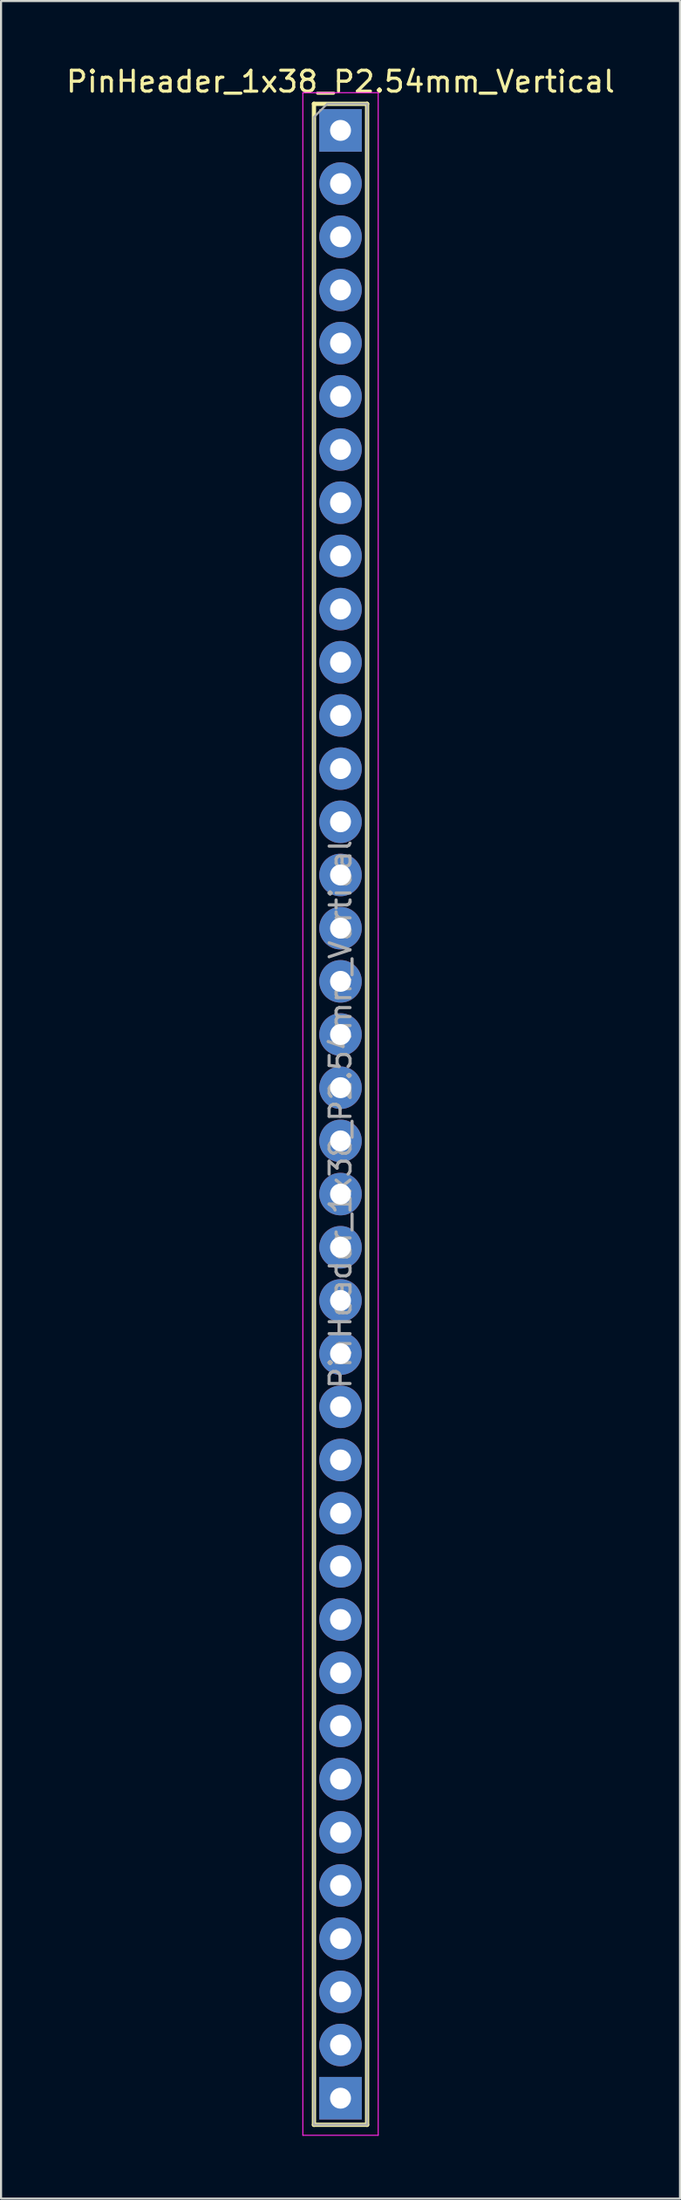
<source format=kicad_pcb>
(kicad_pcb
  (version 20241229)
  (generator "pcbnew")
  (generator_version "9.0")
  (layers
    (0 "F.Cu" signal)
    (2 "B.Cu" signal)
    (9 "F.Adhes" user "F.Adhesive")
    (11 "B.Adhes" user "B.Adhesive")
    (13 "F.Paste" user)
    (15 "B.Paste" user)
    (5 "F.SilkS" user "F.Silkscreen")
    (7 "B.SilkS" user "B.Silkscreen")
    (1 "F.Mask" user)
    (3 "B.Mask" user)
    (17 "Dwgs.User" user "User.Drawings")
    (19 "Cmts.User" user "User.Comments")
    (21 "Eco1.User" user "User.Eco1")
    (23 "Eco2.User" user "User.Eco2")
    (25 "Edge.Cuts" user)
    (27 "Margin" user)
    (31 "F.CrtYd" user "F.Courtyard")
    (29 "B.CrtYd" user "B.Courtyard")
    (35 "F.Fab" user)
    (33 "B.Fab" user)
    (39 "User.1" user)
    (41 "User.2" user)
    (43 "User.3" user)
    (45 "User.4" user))
  (footprint "PinHeader_1x38_P2.54mm_Vertical"
    (layer "F.Cu")
    (at 13.22 3.178)
    (property "Reference" "PinHeader_1x38_P2.54mm_Vertical" (at 0 -2.33 0) (layer "F.SilkS") (effects (font (size 1 1) (thickness 0.15))))
    (attr through_hole)
    (fp_line (start -1.27 -1.27) (end 1.27 -1.27) (stroke (width 0.203) (type solid)) (layer "F.SilkS"))
    (fp_line (start -1.27 95.25) (end -1.27 -1.27) (stroke (width 0.203) (type solid)) (layer "F.SilkS"))
    (fp_line (start -1.27 95.25) (end 1.27 95.25) (stroke (width 0.203) (type solid)) (layer "F.SilkS"))
    (fp_line (start 1.27 -1.27) (end 1.27 95.25) (stroke (width 0.203) (type solid)) (layer "F.SilkS"))
    (fp_line (start -1.8 -1.8) (end -1.8 95.75) (stroke (width 0.05) (type solid)) (layer "F.CrtYd"))
    (fp_line (start -1.8 95.75) (end 1.8 95.75) (stroke (width 0.05) (type solid)) (layer "F.CrtYd"))
    (fp_line (start 1.8 -1.8) (end -1.8 -1.8) (stroke (width 0.05) (type solid)) (layer "F.CrtYd"))
    (fp_line (start 1.8 95.75) (end 1.8 -1.8) (stroke (width 0.05) (type solid)) (layer "F.CrtYd"))
    (fp_line (start -1.27 -0.635) (end -0.635 -1.27) (stroke (width 0.1) (type solid)) (layer "F.Fab"))
    (fp_line (start -1.27 95.25) (end -1.27 -0.635) (stroke (width 0.1) (type solid)) (layer "F.Fab"))
    (fp_line (start -0.635 -1.27) (end 1.27 -1.27) (stroke (width 0.1) (type solid)) (layer "F.Fab"))
    (fp_line (start 1.27 -1.27) (end 1.27 95.25) (stroke (width 0.1) (type solid)) (layer "F.Fab"))
    (fp_line (start 1.27 95.25) (end -1.27 95.25) (stroke (width 0.1) (type solid)) (layer "F.Fab"))
    (fp_text user "${REFERENCE}" (at 0 46.99 90) (layer "F.Fab") (effects (font (size 1 1) (thickness 0.15))))
    (pad "1" thru_hole rect (at 0 0) (size 2.032 2.032) (drill 1) (layers "*.Cu" "*.Mask"))
    (pad "2" thru_hole oval (at 0 2.54) (size 2.032 2.032) (drill 1) (layers "*.Cu" "*.Mask"))
    (pad "3" thru_hole oval (at 0 5.08) (size 2.032 2.032) (drill 1) (layers "*.Cu" "*.Mask"))
    (pad "4" thru_hole oval (at 0 7.62) (size 2.032 2.032) (drill 1) (layers "*.Cu" "*.Mask"))
    (pad "5" thru_hole oval (at 0 10.16) (size 2.032 2.032) (drill 1) (layers "*.Cu" "*.Mask"))
    (pad "6" thru_hole oval (at 0 12.7) (size 2.032 2.032) (drill 1) (layers "*.Cu" "*.Mask"))
    (pad "7" thru_hole oval (at 0 15.24) (size 2.032 2.032) (drill 1) (layers "*.Cu" "*.Mask"))
    (pad "8" thru_hole oval (at 0 17.78) (size 2.032 2.032) (drill 1) (layers "*.Cu" "*.Mask"))
    (pad "9" thru_hole oval (at 0 20.32) (size 2.032 2.032) (drill 1) (layers "*.Cu" "*.Mask"))
    (pad "10" thru_hole oval (at 0 22.86) (size 2.032 2.032) (drill 1) (layers "*.Cu" "*.Mask"))
    (pad "11" thru_hole oval (at 0 25.4) (size 2.032 2.032) (drill 1) (layers "*.Cu" "*.Mask"))
    (pad "12" thru_hole oval (at 0 27.94) (size 2.032 2.032) (drill 1) (layers "*.Cu" "*.Mask"))
    (pad "13" thru_hole oval (at 0 30.48) (size 2.032 2.032) (drill 1) (layers "*.Cu" "*.Mask"))
    (pad "14" thru_hole oval (at 0 33.02) (size 2.032 2.032) (drill 1) (layers "*.Cu" "*.Mask"))
    (pad "15" thru_hole oval (at 0 35.56) (size 2.032 2.032) (drill 1) (layers "*.Cu" "*.Mask"))
    (pad "16" thru_hole oval (at 0 38.1) (size 2.032 2.032) (drill 1) (layers "*.Cu" "*.Mask"))
    (pad "17" thru_hole oval (at 0 40.64) (size 2.032 2.032) (drill 1) (layers "*.Cu" "*.Mask"))
    (pad "18" thru_hole oval (at 0 43.18) (size 2.032 2.032) (drill 1) (layers "*.Cu" "*.Mask"))
    (pad "19" thru_hole oval (at 0 45.72) (size 2.032 2.032) (drill 1) (layers "*.Cu" "*.Mask"))
    (pad "20" thru_hole oval (at 0 48.26) (size 2.032 2.032) (drill 1) (layers "*.Cu" "*.Mask"))
    (pad "21" thru_hole oval (at 0 50.8) (size 2.032 2.032) (drill 1) (layers "*.Cu" "*.Mask"))
    (pad "22" thru_hole oval (at 0 53.34) (size 2.032 2.032) (drill 1) (layers "*.Cu" "*.Mask"))
    (pad "23" thru_hole oval (at 0 55.88) (size 2.032 2.032) (drill 1) (layers "*.Cu" "*.Mask"))
    (pad "24" thru_hole oval (at 0 58.42) (size 2.032 2.032) (drill 1) (layers "*.Cu" "*.Mask"))
    (pad "25" thru_hole oval (at 0 60.96) (size 2.032 2.032) (drill 1) (layers "*.Cu" "*.Mask"))
    (pad "26" thru_hole oval (at 0 63.5) (size 2.032 2.032) (drill 1) (layers "*.Cu" "*.Mask"))
    (pad "27" thru_hole oval (at 0 66.04) (size 2.032 2.032) (drill 1) (layers "*.Cu" "*.Mask"))
    (pad "28" thru_hole oval (at 0 68.58) (size 2.032 2.032) (drill 1) (layers "*.Cu" "*.Mask"))
    (pad "29" thru_hole oval (at 0 71.12) (size 2.032 2.032) (drill 1) (layers "*.Cu" "*.Mask"))
    (pad "30" thru_hole oval (at 0 73.66) (size 2.032 2.032) (drill 1) (layers "*.Cu" "*.Mask"))
    (pad "31" thru_hole oval (at 0 76.2) (size 2.032 2.032) (drill 1) (layers "*.Cu" "*.Mask"))
    (pad "32" thru_hole oval (at 0 78.74) (size 2.032 2.032) (drill 1) (layers "*.Cu" "*.Mask"))
    (pad "33" thru_hole oval (at 0 81.28) (size 2.032 2.032) (drill 1) (layers "*.Cu" "*.Mask"))
    (pad "34" thru_hole oval (at 0 83.82) (size 2.032 2.032) (drill 1) (layers "*.Cu" "*.Mask"))
    (pad "35" thru_hole oval (at 0 86.36) (size 2.032 2.032) (drill 1) (layers "*.Cu" "*.Mask"))
    (pad "36" thru_hole oval (at 0 88.9) (size 2.032 2.032) (drill 1) (layers "*.Cu" "*.Mask"))
    (pad "37" thru_hole oval (at 0 91.44) (size 2.032 2.032) (drill 1) (layers "*.Cu" "*.Mask"))
    (pad "38" thru_hole rect (at 0 93.98) (size 2.032 2.032) (drill 1) (layers "*.Cu" "*.Mask")))
  (gr_rect
    (start -3 -3)
    (end 29.44 101.953)
    (stroke (width 0.1) (type default))
    (fill no)
    (layer "Edge.Cuts")))
</source>
